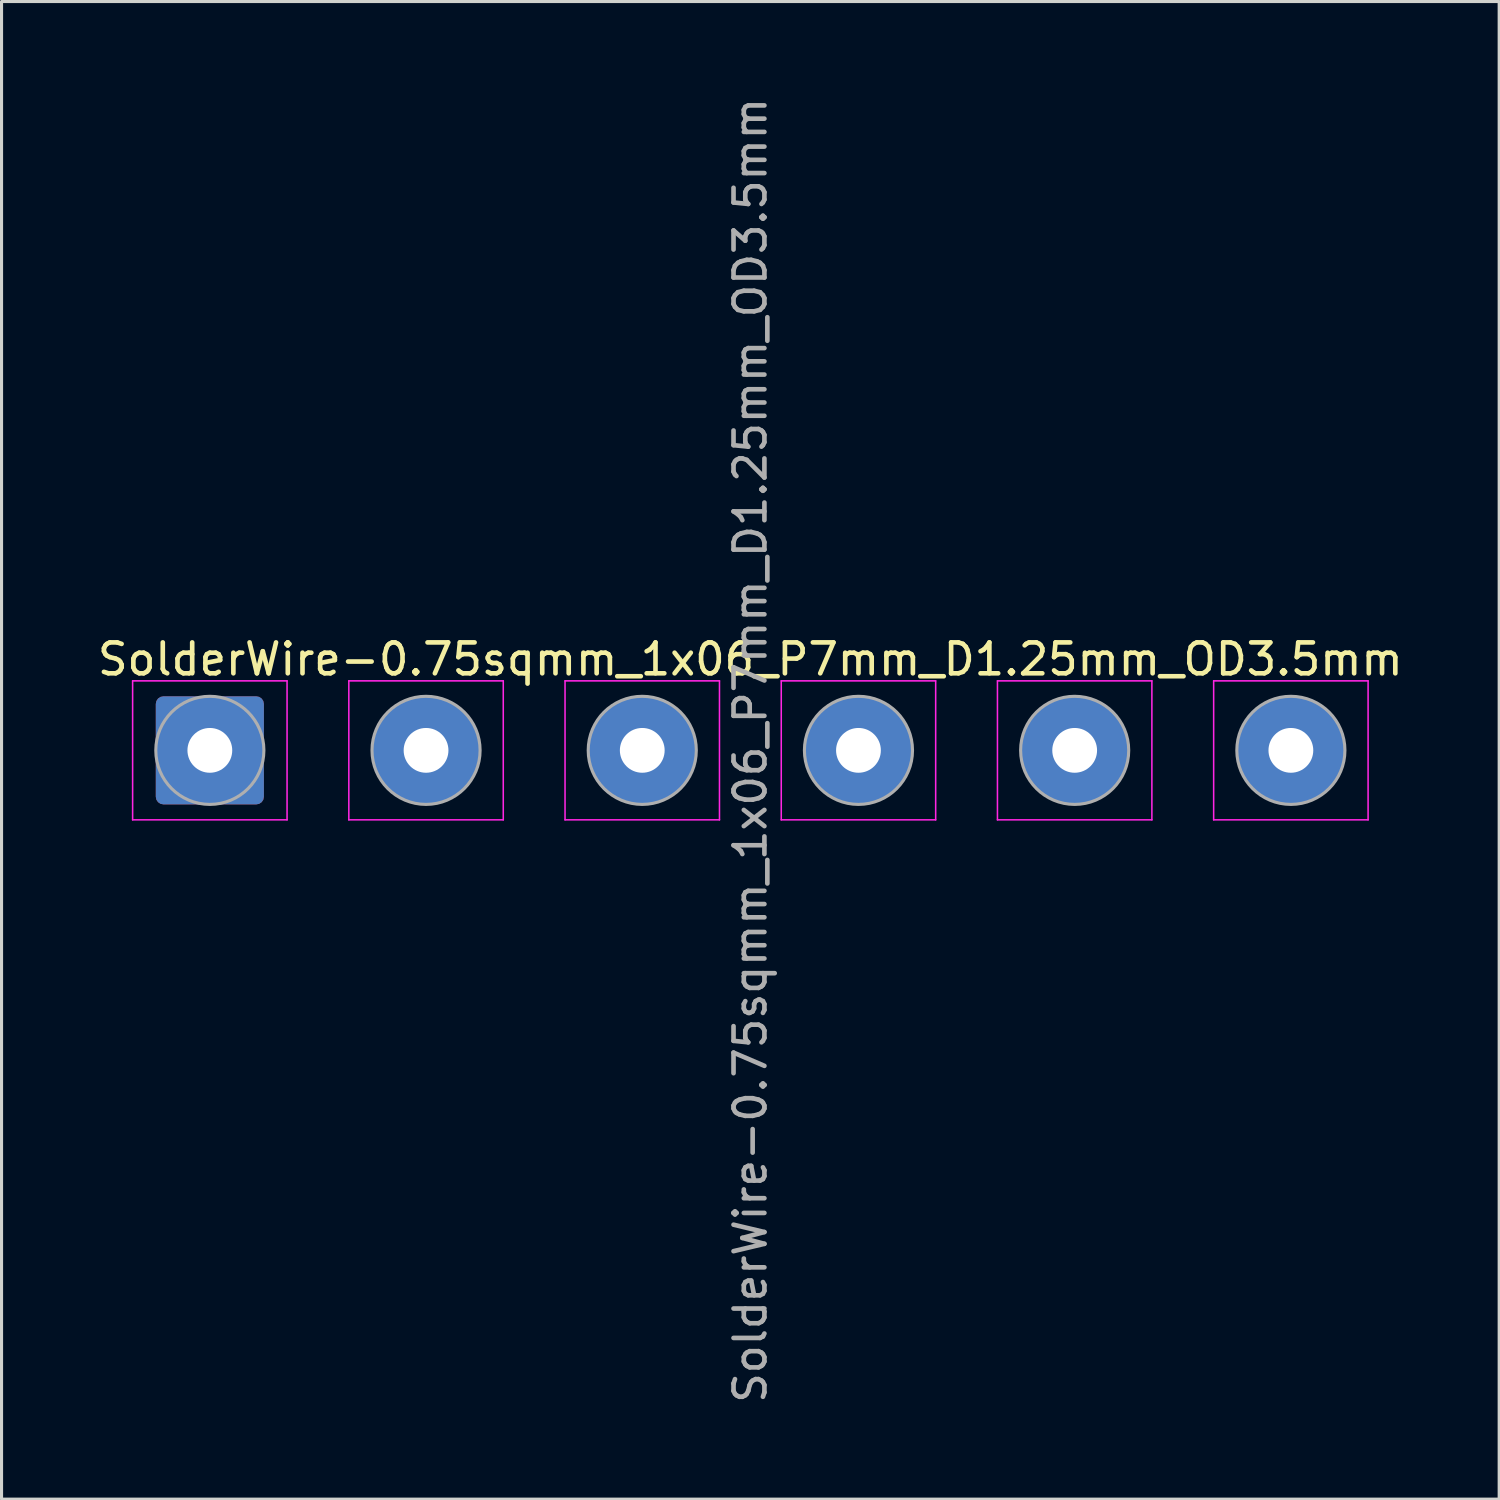
<source format=kicad_pcb>
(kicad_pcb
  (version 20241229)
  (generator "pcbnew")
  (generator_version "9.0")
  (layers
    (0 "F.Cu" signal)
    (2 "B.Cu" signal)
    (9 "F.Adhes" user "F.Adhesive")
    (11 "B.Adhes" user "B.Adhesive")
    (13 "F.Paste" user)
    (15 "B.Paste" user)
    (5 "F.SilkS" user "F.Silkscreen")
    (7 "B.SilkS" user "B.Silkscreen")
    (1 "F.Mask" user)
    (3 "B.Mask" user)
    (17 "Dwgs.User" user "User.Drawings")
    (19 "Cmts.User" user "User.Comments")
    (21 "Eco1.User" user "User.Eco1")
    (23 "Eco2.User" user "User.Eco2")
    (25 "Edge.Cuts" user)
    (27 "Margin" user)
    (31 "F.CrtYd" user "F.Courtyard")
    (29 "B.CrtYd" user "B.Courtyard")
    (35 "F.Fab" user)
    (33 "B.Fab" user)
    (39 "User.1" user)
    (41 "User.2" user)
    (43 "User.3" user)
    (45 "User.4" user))
  (footprint "SolderWire-0.75sqmm_1x06_P7mm_D1.25mm_OD3.5mm"
    (layer "F.Cu")
    (at 3.744 21.244)
    (property "Reference" "SolderWire-0.75sqmm_1x06_P7mm_D1.25mm_OD3.5mm" (at 17.5 -2.95 0) (layer "F.SilkS") (effects (font (size 1 1) (thickness 0.15))))
    (attr exclude_from_pos_files exclude_from_bom)
    (fp_line (start -2.5 -2.25) (end -2.5 2.25) (stroke (width 0.05) (type solid)) (layer "F.CrtYd"))
    (fp_line (start -2.5 2.25) (end 2.5 2.25) (stroke (width 0.05) (type solid)) (layer "F.CrtYd"))
    (fp_line (start 2.5 -2.25) (end -2.5 -2.25) (stroke (width 0.05) (type solid)) (layer "F.CrtYd"))
    (fp_line (start 2.5 2.25) (end 2.5 -2.25) (stroke (width 0.05) (type solid)) (layer "F.CrtYd"))
    (fp_line (start 4.5 -2.25) (end 4.5 2.25) (stroke (width 0.05) (type solid)) (layer "F.CrtYd"))
    (fp_line (start 4.5 2.25) (end 9.5 2.25) (stroke (width 0.05) (type solid)) (layer "F.CrtYd"))
    (fp_line (start 9.5 -2.25) (end 4.5 -2.25) (stroke (width 0.05) (type solid)) (layer "F.CrtYd"))
    (fp_line (start 9.5 2.25) (end 9.5 -2.25) (stroke (width 0.05) (type solid)) (layer "F.CrtYd"))
    (fp_line (start 11.5 -2.25) (end 11.5 2.25) (stroke (width 0.05) (type solid)) (layer "F.CrtYd"))
    (fp_line (start 11.5 2.25) (end 16.5 2.25) (stroke (width 0.05) (type solid)) (layer "F.CrtYd"))
    (fp_line (start 16.5 -2.25) (end 11.5 -2.25) (stroke (width 0.05) (type solid)) (layer "F.CrtYd"))
    (fp_line (start 16.5 2.25) (end 16.5 -2.25) (stroke (width 0.05) (type solid)) (layer "F.CrtYd"))
    (fp_line (start 18.5 -2.25) (end 18.5 2.25) (stroke (width 0.05) (type solid)) (layer "F.CrtYd"))
    (fp_line (start 18.5 2.25) (end 23.5 2.25) (stroke (width 0.05) (type solid)) (layer "F.CrtYd"))
    (fp_line (start 23.5 -2.25) (end 18.5 -2.25) (stroke (width 0.05) (type solid)) (layer "F.CrtYd"))
    (fp_line (start 23.5 2.25) (end 23.5 -2.25) (stroke (width 0.05) (type solid)) (layer "F.CrtYd"))
    (fp_line (start 25.5 -2.25) (end 25.5 2.25) (stroke (width 0.05) (type solid)) (layer "F.CrtYd"))
    (fp_line (start 25.5 2.25) (end 30.5 2.25) (stroke (width 0.05) (type solid)) (layer "F.CrtYd"))
    (fp_line (start 30.5 -2.25) (end 25.5 -2.25) (stroke (width 0.05) (type solid)) (layer "F.CrtYd"))
    (fp_line (start 30.5 2.25) (end 30.5 -2.25) (stroke (width 0.05) (type solid)) (layer "F.CrtYd"))
    (fp_line (start 32.5 -2.25) (end 32.5 2.25) (stroke (width 0.05) (type solid)) (layer "F.CrtYd"))
    (fp_line (start 32.5 2.25) (end 37.5 2.25) (stroke (width 0.05) (type solid)) (layer "F.CrtYd"))
    (fp_line (start 37.5 -2.25) (end 32.5 -2.25) (stroke (width 0.05) (type solid)) (layer "F.CrtYd"))
    (fp_line (start 37.5 2.25) (end 37.5 -2.25) (stroke (width 0.05) (type solid)) (layer "F.CrtYd"))
    (fp_circle (center 0 0) (end 1.75 0) (stroke (width 0.1) (type solid)) (fill no) (layer "F.Fab"))
    (fp_circle (center 7 0) (end 8.75 0) (stroke (width 0.1) (type solid)) (fill no) (layer "F.Fab"))
    (fp_circle (center 14 0) (end 15.75 0) (stroke (width 0.1) (type solid)) (fill no) (layer "F.Fab"))
    (fp_circle (center 21 0) (end 22.75 0) (stroke (width 0.1) (type solid)) (fill no) (layer "F.Fab"))
    (fp_circle (center 28 0) (end 29.75 0) (stroke (width 0.1) (type solid)) (fill no) (layer "F.Fab"))
    (fp_circle (center 35 0) (end 36.75 0) (stroke (width 0.1) (type solid)) (fill no) (layer "F.Fab"))
    (fp_text user "${REFERENCE}" (at 17.5 0 90) (layer "F.Fab") (effects (font (size 1 1) (thickness 0.15))))
    (pad "1" thru_hole roundrect (at 0 0) (size 3.5 3.5) (drill 1.45) (layers "*.Cu" "*.Mask") (roundrect_rratio 0.071))
    (pad "2" thru_hole circle (at 7 0) (size 3.5 3.5) (drill 1.45) (layers "*.Cu" "*.Mask"))
    (pad "3" thru_hole circle (at 14 0) (size 3.5 3.5) (drill 1.45) (layers "*.Cu" "*.Mask"))
    (pad "4" thru_hole circle (at 21 0) (size 3.5 3.5) (drill 1.45) (layers "*.Cu" "*.Mask"))
    (pad "5" thru_hole circle (at 28 0) (size 3.5 3.5) (drill 1.45) (layers "*.Cu" "*.Mask"))
    (pad "6" thru_hole circle (at 35 0) (size 3.5 3.5) (drill 1.45) (layers "*.Cu" "*.Mask")))
  (gr_rect
    (start -3 -3)
    (end 45.488 45.488)
    (stroke (width 0.1) (type default))
    (fill no)
    (layer "Edge.Cuts")))
</source>
